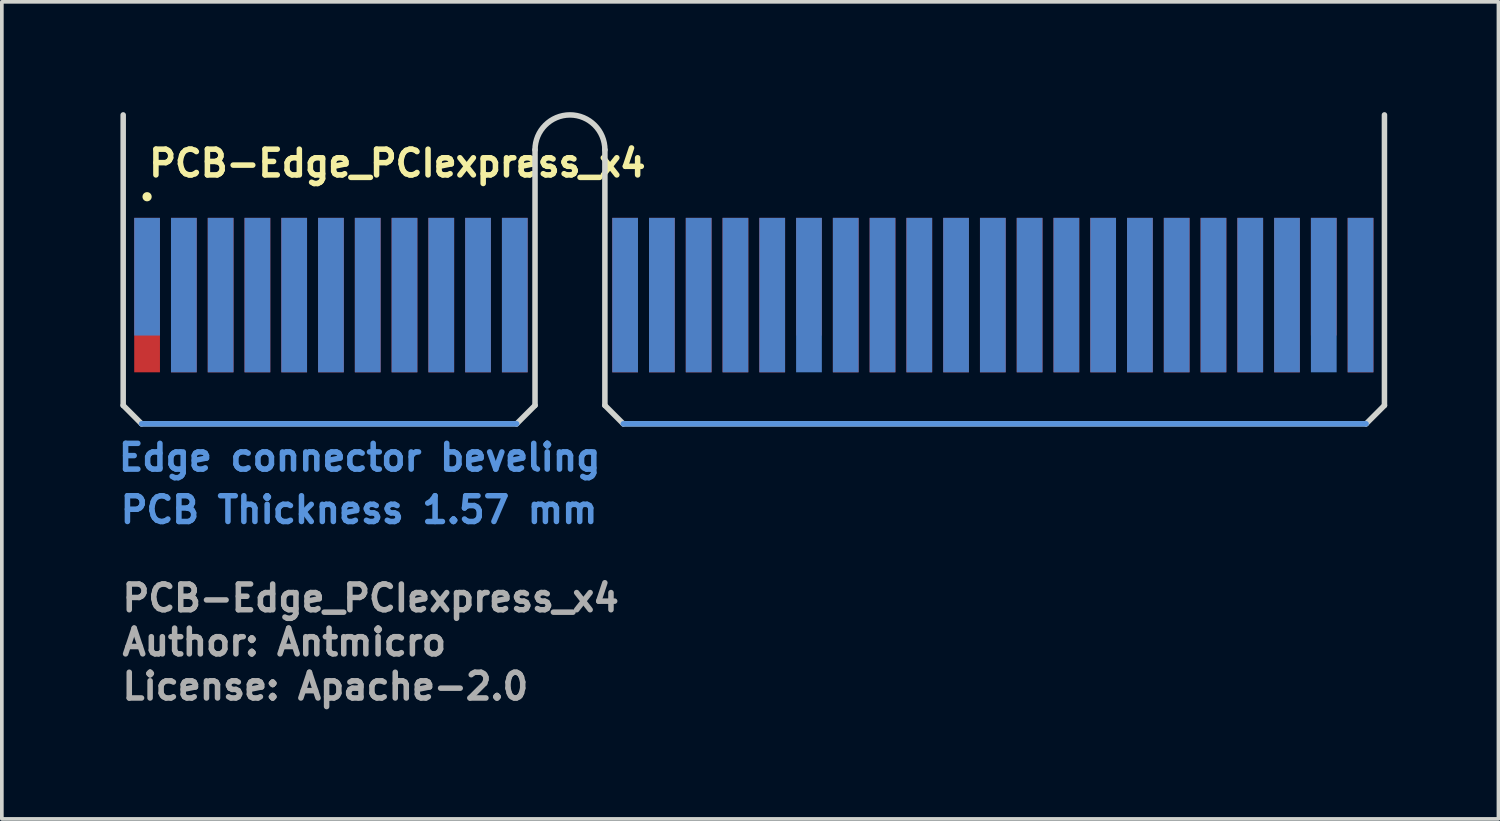
<source format=kicad_pcb>
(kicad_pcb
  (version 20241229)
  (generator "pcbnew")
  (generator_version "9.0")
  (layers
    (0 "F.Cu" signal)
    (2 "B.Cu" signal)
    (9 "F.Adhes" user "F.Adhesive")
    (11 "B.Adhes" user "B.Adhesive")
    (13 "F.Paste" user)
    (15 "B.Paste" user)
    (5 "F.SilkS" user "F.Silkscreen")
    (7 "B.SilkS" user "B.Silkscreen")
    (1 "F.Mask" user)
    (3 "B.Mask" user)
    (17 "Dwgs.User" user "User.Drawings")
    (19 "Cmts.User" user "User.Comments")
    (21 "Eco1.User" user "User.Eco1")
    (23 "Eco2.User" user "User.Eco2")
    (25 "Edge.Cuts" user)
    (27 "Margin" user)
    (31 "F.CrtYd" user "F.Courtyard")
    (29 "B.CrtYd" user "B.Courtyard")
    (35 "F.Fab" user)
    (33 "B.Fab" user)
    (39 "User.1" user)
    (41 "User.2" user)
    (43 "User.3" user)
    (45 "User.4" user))
  (footprint "PCB-Edge_PCIexpress_x4"
    (layer "F.Cu")
    (at 0.95 4.975)
    (property "Reference" "PCB-Edge_PCIexpress_x4" (at -0.025 -3.175 0) (layer "F.SilkS") (effects (font (size 0.7 0.7) (thickness 0.15)) (justify left bottom)))
    (attr exclude_from_pos_files exclude_from_bom)
    (fp_poly (pts (xy -0.85 -2) (xy 33.65 -2) (xy 33.65 3.5) (xy -0.85 3.5)) (stroke (width 0.2) (type solid)) (fill yes) (layer "F.Mask"))
    (fp_poly (pts (xy -0.85 -2) (xy 33.65 -2) (xy 33.65 3.5) (xy -0.85 3.5)) (stroke (width 0.2) (type solid)) (fill yes) (layer "B.Mask"))
    (fp_circle (center 0 -2.675) (end 0.05 -2.675) (stroke (width 0.15) (type solid)) (fill yes) (layer "F.SilkS"))
    (fp_line (start -0.15 3.5) (end 10.05 3.5) (stroke (width 0.15) (type solid)) (layer "Cmts.User"))
    (fp_line (start 12.95 3.5) (end 33.15 3.5) (stroke (width 0.15) (type solid)) (layer "Cmts.User"))
    (fp_line (start -0.65 -4.9) (end -0.65 3) (stroke (width 0.15) (type solid)) (layer "Edge.Cuts"))
    (fp_line (start -0.65 3) (end -0.15 3.5) (stroke (width 0.15) (type solid)) (layer "Edge.Cuts"))
    (fp_line (start -0.15 3.5) (end 10.05 3.5) (stroke (width 0.15) (type solid)) (layer "Edge.Cuts"))
    (fp_line (start 10.55 -3.95) (end 10.55 3) (stroke (width 0.15) (type solid)) (layer "Edge.Cuts"))
    (fp_line (start 10.55 3) (end 10.05 3.5) (stroke (width 0.15) (type solid)) (layer "Edge.Cuts"))
    (fp_line (start 12.45 -3.95) (end 12.45 3) (stroke (width 0.15) (type solid)) (layer "Edge.Cuts"))
    (fp_line (start 12.45 3) (end 12.95 3.5) (stroke (width 0.15) (type solid)) (layer "Edge.Cuts"))
    (fp_line (start 12.95 3.5) (end 33.15 3.5) (stroke (width 0.15) (type solid)) (layer "Edge.Cuts"))
    (fp_line (start 33.65 -4.9) (end 33.65 3) (stroke (width 0.15) (type solid)) (layer "Edge.Cuts"))
    (fp_line (start 33.65 3) (end 33.15 3.5) (stroke (width 0.15) (type solid)) (layer "Edge.Cuts"))
    (fp_arc (start 10.55 -3.95) (mid 11.5 -4.9) (end 12.45 -3.95) (stroke (width 0.15) (type solid)) (layer "Edge.Cuts"))
    (fp_text user "PCB Thickness 1.57 mm" (at -0.8 6.25 180) (layer "Cmts.User") (effects (font (size 0.7 0.7) (thickness 0.15)) (justify left bottom)))
    (fp_text user "Edge connector beveling" (at -0.85 4.825 180) (layer "Cmts.User") (effects (font (size 0.7 0.7) (thickness 0.15)) (justify left bottom)))
    (fp_text user "Author: Antmicro" (at -0.75 9.85 0) (layer "F.Fab") (effects (font (size 0.7 0.7) (thickness 0.15)) (justify left bottom)))
    (fp_text user "${REFERENCE}" (at -0.75 8.65 0) (layer "F.Fab") (effects (font (size 0.7 0.7) (thickness 0.15)) (justify left bottom)))
    (fp_text user "License: Apache-2.0" (at -0.75 11.05 0) (layer "F.Fab") (effects (font (size 0.7 0.7) (thickness 0.15)) (justify left bottom)))
    (pad "A1" connect rect (at 0 -0.5) (size 0.7 3.2) (layers "B.Cu" "B.Mask"))
    (pad "A2" connect rect (at 1 0) (size 0.7 4.2) (layers "B.Cu" "B.Mask"))
    (pad "A3" connect rect (at 2 0) (size 0.7 4.2) (layers "B.Cu" "B.Mask"))
    (pad "A4" connect rect (at 3 0) (size 0.7 4.2) (layers "B.Cu" "B.Mask"))
    (pad "A5" connect rect (at 4 0) (size 0.7 4.2) (layers "B.Cu" "B.Mask"))
    (pad "A6" connect rect (at 5 0) (size 0.7 4.2) (layers "B.Cu" "B.Mask"))
    (pad "A7" connect rect (at 6 0) (size 0.7 4.2) (layers "B.Cu" "B.Mask"))
    (pad "A8" connect rect (at 7 0) (size 0.7 4.2) (layers "B.Cu" "B.Mask"))
    (pad "A9" connect rect (at 8 0) (size 0.7 4.2) (layers "B.Cu" "B.Mask"))
    (pad "A10" connect rect (at 9 0) (size 0.7 4.2) (layers "B.Cu" "B.Mask"))
    (pad "A11" connect rect (at 10 0) (size 0.7 4.2) (layers "B.Cu" "B.Mask"))
    (pad "A12" connect rect (at 13 0) (size 0.7 4.2) (layers "B.Cu" "B.Mask"))
    (pad "A13" connect rect (at 14 0) (size 0.7 4.2) (layers "B.Cu" "B.Mask"))
    (pad "A14" connect rect (at 15 0) (size 0.7 4.2) (layers "B.Cu" "B.Mask"))
    (pad "A15" connect rect (at 16 0) (size 0.7 4.2) (layers "B.Cu" "B.Mask"))
    (pad "A16" connect rect (at 17 0) (size 0.7 4.2) (layers "B.Cu" "B.Mask"))
    (pad "A17" connect rect (at 18 0) (size 0.7 4.2) (layers "B.Cu" "B.Mask"))
    (pad "A18" connect rect (at 19 0) (size 0.7 4.2) (layers "B.Cu" "B.Mask"))
    (pad "A19" connect rect (at 20 0) (size 0.7 4.2) (layers "B.Cu" "B.Mask"))
    (pad "A20" connect rect (at 21 0) (size 0.7 4.2) (layers "B.Cu" "B.Mask"))
    (pad "A21" connect rect (at 22 0) (size 0.7 4.2) (layers "B.Cu" "B.Mask"))
    (pad "A22" connect rect (at 23 0) (size 0.7 4.2) (layers "B.Cu" "B.Mask"))
    (pad "A23" connect rect (at 24 0) (size 0.7 4.2) (layers "B.Cu" "B.Mask"))
    (pad "A24" connect rect (at 25 0) (size 0.7 4.2) (layers "B.Cu" "B.Mask"))
    (pad "A25" connect rect (at 26 0) (size 0.7 4.2) (layers "B.Cu" "B.Mask"))
    (pad "A26" connect rect (at 27 0) (size 0.7 4.2) (layers "B.Cu" "B.Mask"))
    (pad "A27" connect rect (at 28 0) (size 0.7 4.2) (layers "B.Cu" "B.Mask"))
    (pad "A28" connect rect (at 29 0) (size 0.7 4.2) (layers "B.Cu" "B.Mask"))
    (pad "A29" connect rect (at 30 0) (size 0.7 4.2) (layers "B.Cu" "B.Mask"))
    (pad "A30" connect rect (at 31 0) (size 0.7 4.2) (layers "B.Cu" "B.Mask"))
    (pad "A31" connect rect (at 32 0) (size 0.7 4.2) (layers "B.Cu" "B.Mask"))
    (pad "A32" connect rect (at 33 0) (size 0.7 4.2) (layers "B.Cu" "B.Mask"))
    (pad "B1" connect rect (at 0 0) (size 0.7 4.2) (layers "F.Cu" "F.Mask"))
    (pad "B2" connect rect (at 1 0) (size 0.7 4.2) (layers "F.Cu" "F.Mask"))
    (pad "B3" connect rect (at 2 0) (size 0.7 4.2) (layers "F.Cu" "F.Mask"))
    (pad "B4" connect rect (at 3 0) (size 0.7 4.2) (layers "F.Cu" "F.Mask"))
    (pad "B5" connect rect (at 4 0) (size 0.7 4.2) (layers "F.Cu" "F.Mask"))
    (pad "B6" connect rect (at 5 0) (size 0.7 4.2) (layers "F.Cu" "F.Mask"))
    (pad "B7" connect rect (at 6 0) (size 0.7 4.2) (layers "F.Cu" "F.Mask"))
    (pad "B8" connect rect (at 7 0) (size 0.7 4.2) (layers "F.Cu" "F.Mask"))
    (pad "B9" connect rect (at 8 0) (size 0.7 4.2) (layers "F.Cu" "F.Mask"))
    (pad "B10" connect rect (at 9 0) (size 0.7 4.2) (layers "F.Cu" "F.Mask"))
    (pad "B11" connect rect (at 10 0) (size 0.7 4.2) (layers "F.Cu" "F.Mask"))
    (pad "B12" connect rect (at 13 0) (size 0.7 4.2) (layers "F.Cu" "F.Mask"))
    (pad "B13" connect rect (at 14 0) (size 0.7 4.2) (layers "F.Cu" "F.Mask"))
    (pad "B14" connect rect (at 15 0) (size 0.7 4.2) (layers "F.Cu" "F.Mask"))
    (pad "B15" connect rect (at 16 0) (size 0.7 4.2) (layers "F.Cu" "F.Mask"))
    (pad "B16" connect rect (at 17 0) (size 0.7 4.2) (layers "F.Cu" "F.Mask"))
    (pad "B17" connect rect (at 18 -0.5) (size 0.7 3.2) (layers "F.Cu" "F.Mask"))
    (pad "B18" connect rect (at 19 0) (size 0.7 4.2) (layers "F.Cu" "F.Mask"))
    (pad "B19" connect rect (at 20 0) (size 0.7 4.2) (layers "F.Cu" "F.Mask"))
    (pad "B20" connect rect (at 21 0) (size 0.7 4.2) (layers "F.Cu" "F.Mask"))
    (pad "B21" connect rect (at 22 0) (size 0.7 4.2) (layers "F.Cu" "F.Mask"))
    (pad "B22" connect rect (at 23 0) (size 0.7 4.2) (layers "F.Cu" "F.Mask"))
    (pad "B23" connect rect (at 24 0) (size 0.7 4.2) (layers "F.Cu" "F.Mask"))
    (pad "B24" connect rect (at 25 0) (size 0.7 4.2) (layers "F.Cu" "F.Mask"))
    (pad "B25" connect rect (at 26 0) (size 0.7 4.2) (layers "F.Cu" "F.Mask"))
    (pad "B26" connect rect (at 27 0) (size 0.7 4.2) (layers "F.Cu" "F.Mask"))
    (pad "B27" connect rect (at 28 0) (size 0.7 4.2) (layers "F.Cu" "F.Mask"))
    (pad "B28" connect rect (at 29 0) (size 0.7 4.2) (layers "F.Cu" "F.Mask"))
    (pad "B29" connect rect (at 30 0) (size 0.7 4.2) (layers "F.Cu" "F.Mask"))
    (pad "B30" connect rect (at 31 0) (size 0.7 4.2) (layers "F.Cu" "F.Mask"))
    (pad "B31" connect rect (at 32 -0.5) (size 0.7 3.2) (layers "F.Cu" "F.Mask"))
    (pad "B32" connect rect (at 33 0) (size 0.7 4.2) (layers "F.Cu" "F.Mask")))
  (gr_rect
    (start -3 -3)
    (end 37.7 19.221)
    (stroke (width 0.1) (type default))
    (fill no)
    (layer "Edge.Cuts")))
</source>
